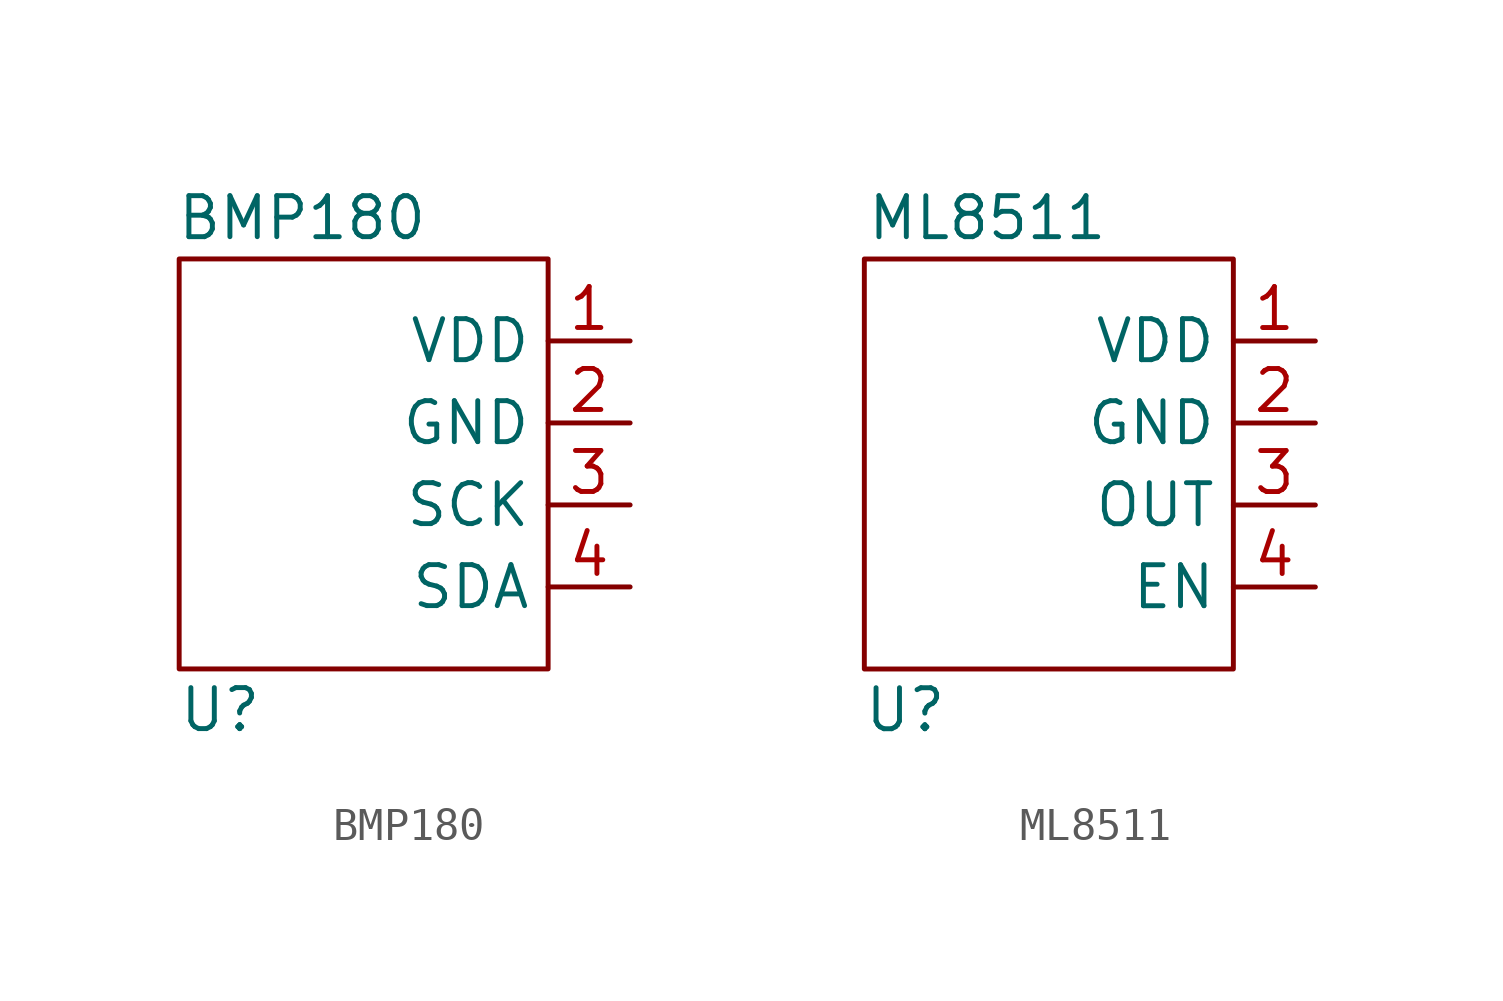
<source format=kicad_sym>
(kicad_symbol_lib
  (version 20211014)
  (generator kicad_symbol_editor)
  (symbol "BMP180"
    (property "Reference" "U"
      (at -5.08 -8.89 0)
      (effects (font (size 1.27 1.27))))
    (property "Value" "BMP180"
      (at -2.54 6.35 0)
      (effects (font (size 1.27 1.27))))
    (symbol "BMP180_0_1"
      (rectangle (start -6.35 5.08) (end 5.08 -7.62) (stroke (width 0) (type default) (color 0 0 0 0)) (fill (type none))))
    (symbol "BMP180_1_1"
      (pin power_in line (at 7.62 2.54 180) (length 2.54) (name "VDD" (effects (font (size 1.27 1.27)))) (number "1" (effects (font (size 1.27 1.27)))))
      (pin power_in line (at 7.62 0 180) (length 2.54) (name "GND" (effects (font (size 1.27 1.27)))) (number "2" (effects (font (size 1.27 1.27)))))
      (pin input line (at 7.62 -2.54 180) (length 2.54) (name "SCK" (effects (font (size 1.27 1.27)))) (number "3" (effects (font (size 1.27 1.27)))))
      (pin bidirectional line (at 7.62 -5.08 180) (length 2.54) (name "SDA" (effects (font (size 1.27 1.27)))) (number "4" (effects (font (size 1.27 1.27)))))))
  (symbol "ML8511"
    (property "Reference" "U"
      (at -5.08 -8.89 0)
      (effects (font (size 1.27 1.27))))
    (property "Value" "ML8511"
      (at -2.54 6.35 0)
      (effects (font (size 1.27 1.27))))
    (symbol "ML8511_0_1"
      (rectangle (start -6.35 5.08) (end 5.08 -7.62) (stroke (width 0) (type default) (color 0 0 0 0)) (fill (type none))))
    (symbol "ML8511_1_1"
      (pin power_in line (at 7.62 2.54 180) (length 2.54) (name "VDD" (effects (font (size 1.27 1.27)))) (number "1" (effects (font (size 1.27 1.27)))))
      (pin power_in line (at 7.62 0 180) (length 2.54) (name "GND" (effects (font (size 1.27 1.27)))) (number "2" (effects (font (size 1.27 1.27)))))
      (pin input line (at 7.62 -2.54 180) (length 2.54) (name "OUT" (effects (font (size 1.27 1.27)))) (number "3" (effects (font (size 1.27 1.27)))))
      (pin bidirectional line (at 7.62 -5.08 180) (length 2.54) (name "EN" (effects (font (size 1.27 1.27)))) (number "4" (effects (font (size 1.27 1.27))))))))
</source>
